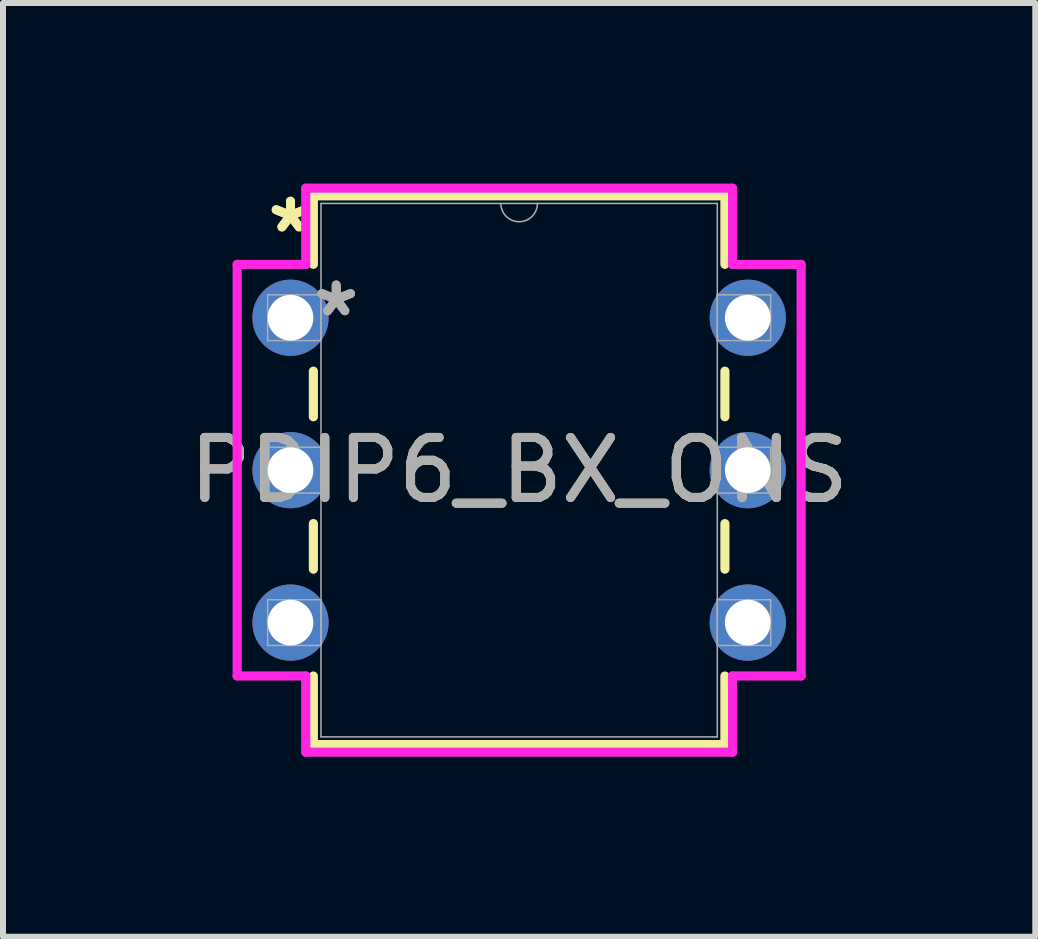
<source format=kicad_pcb>
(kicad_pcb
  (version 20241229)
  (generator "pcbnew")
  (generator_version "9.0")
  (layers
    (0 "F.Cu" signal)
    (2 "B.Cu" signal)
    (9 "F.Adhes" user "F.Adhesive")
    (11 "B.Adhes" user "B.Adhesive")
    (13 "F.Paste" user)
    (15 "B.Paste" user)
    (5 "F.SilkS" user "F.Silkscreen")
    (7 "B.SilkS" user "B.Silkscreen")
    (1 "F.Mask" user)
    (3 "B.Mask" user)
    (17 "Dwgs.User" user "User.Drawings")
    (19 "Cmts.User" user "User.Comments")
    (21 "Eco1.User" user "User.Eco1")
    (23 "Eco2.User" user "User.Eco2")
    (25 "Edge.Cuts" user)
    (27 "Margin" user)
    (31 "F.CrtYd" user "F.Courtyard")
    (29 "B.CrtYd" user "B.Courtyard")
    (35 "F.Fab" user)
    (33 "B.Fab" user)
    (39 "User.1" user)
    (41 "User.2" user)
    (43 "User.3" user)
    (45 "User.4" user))
  (footprint "PDIP6_BX_ONS"
    (layer "F.Cu")
    (at 1.791 2.245)
    (property "Reference" "PDIP6_BX_ONS" (at 3.81 2.54 0) (unlocked yes) (layer "F.SilkS") (effects (font (size 1 1) (thickness 0.15))))
    (attr through_hole)
    (fp_line (start 0.381 -2.032) (end 0.381 -0.89) (stroke (width 0.152) (type solid)) (layer "F.SilkS"))
    (fp_line (start 0.381 0.89) (end 0.381 1.65) (stroke (width 0.152) (type solid)) (layer "F.SilkS"))
    (fp_line (start 0.381 3.43) (end 0.381 4.19) (stroke (width 0.152) (type solid)) (layer "F.SilkS"))
    (fp_line (start 0.381 5.97) (end 0.381 7.112) (stroke (width 0.152) (type solid)) (layer "F.SilkS"))
    (fp_line (start 0.381 7.112) (end 7.239 7.112) (stroke (width 0.152) (type solid)) (layer "F.SilkS"))
    (fp_line (start 7.239 -2.032) (end 0.381 -2.032) (stroke (width 0.152) (type solid)) (layer "F.SilkS"))
    (fp_line (start 7.239 -0.89) (end 7.239 -2.032) (stroke (width 0.152) (type solid)) (layer "F.SilkS"))
    (fp_line (start 7.239 1.65) (end 7.239 0.89) (stroke (width 0.152) (type solid)) (layer "F.SilkS"))
    (fp_line (start 7.239 4.19) (end 7.239 3.43) (stroke (width 0.152) (type solid)) (layer "F.SilkS"))
    (fp_line (start 7.239 7.112) (end 7.239 5.97) (stroke (width 0.152) (type solid)) (layer "F.SilkS"))
    (fp_line (start -0.889 -0.889) (end 0.254 -0.889) (stroke (width 0.152) (type solid)) (layer "F.CrtYd"))
    (fp_line (start -0.889 5.969) (end -0.889 -0.889) (stroke (width 0.152) (type solid)) (layer "F.CrtYd"))
    (fp_line (start 0.254 -2.159) (end 7.366 -2.159) (stroke (width 0.152) (type solid)) (layer "F.CrtYd"))
    (fp_line (start 0.254 -0.889) (end 0.254 -2.159) (stroke (width 0.152) (type solid)) (layer "F.CrtYd"))
    (fp_line (start 0.254 5.969) (end -0.889 5.969) (stroke (width 0.152) (type solid)) (layer "F.CrtYd"))
    (fp_line (start 0.254 7.239) (end 0.254 5.969) (stroke (width 0.152) (type solid)) (layer "F.CrtYd"))
    (fp_line (start 7.366 -2.159) (end 7.366 -0.889) (stroke (width 0.152) (type solid)) (layer "F.CrtYd"))
    (fp_line (start 7.366 5.969) (end 7.366 7.239) (stroke (width 0.152) (type solid)) (layer "F.CrtYd"))
    (fp_line (start 7.366 7.239) (end 0.254 7.239) (stroke (width 0.152) (type solid)) (layer "F.CrtYd"))
    (fp_line (start 8.509 -0.889) (end 7.366 -0.889) (stroke (width 0.152) (type solid)) (layer "F.CrtYd"))
    (fp_line (start 8.509 -0.889) (end 8.509 5.969) (stroke (width 0.152) (type solid)) (layer "F.CrtYd"))
    (fp_line (start 8.509 5.969) (end 7.366 5.969) (stroke (width 0.152) (type solid)) (layer "F.CrtYd"))
    (fp_line (start -0.381 -0.381) (end -0.381 0.381) (stroke (width 0.025) (type solid)) (layer "F.Fab"))
    (fp_line (start -0.381 0.381) (end 0.508 0.381) (stroke (width 0.025) (type solid)) (layer "F.Fab"))
    (fp_line (start -0.381 2.159) (end -0.381 2.921) (stroke (width 0.025) (type solid)) (layer "F.Fab"))
    (fp_line (start -0.381 2.921) (end 0.508 2.921) (stroke (width 0.025) (type solid)) (layer "F.Fab"))
    (fp_line (start -0.381 4.699) (end -0.381 5.461) (stroke (width 0.025) (type solid)) (layer "F.Fab"))
    (fp_line (start -0.381 5.461) (end 0.508 5.461) (stroke (width 0.025) (type solid)) (layer "F.Fab"))
    (fp_line (start 0.508 -1.905) (end 0.508 6.985) (stroke (width 0.025) (type solid)) (layer "F.Fab"))
    (fp_line (start 0.508 -0.381) (end -0.381 -0.381) (stroke (width 0.025) (type solid)) (layer "F.Fab"))
    (fp_line (start 0.508 0.381) (end 0.508 -0.381) (stroke (width 0.025) (type solid)) (layer "F.Fab"))
    (fp_line (start 0.508 2.159) (end -0.381 2.159) (stroke (width 0.025) (type solid)) (layer "F.Fab"))
    (fp_line (start 0.508 2.921) (end 0.508 2.159) (stroke (width 0.025) (type solid)) (layer "F.Fab"))
    (fp_line (start 0.508 4.699) (end -0.381 4.699) (stroke (width 0.025) (type solid)) (layer "F.Fab"))
    (fp_line (start 0.508 5.461) (end 0.508 4.699) (stroke (width 0.025) (type solid)) (layer "F.Fab"))
    (fp_line (start 0.508 6.985) (end 7.112 6.985) (stroke (width 0.025) (type solid)) (layer "F.Fab"))
    (fp_line (start 7.112 -1.905) (end 0.508 -1.905) (stroke (width 0.025) (type solid)) (layer "F.Fab"))
    (fp_line (start 7.112 -0.381) (end 7.112 0.381) (stroke (width 0.025) (type solid)) (layer "F.Fab"))
    (fp_line (start 7.112 0.381) (end 8.001 0.381) (stroke (width 0.025) (type solid)) (layer "F.Fab"))
    (fp_line (start 7.112 2.159) (end 7.112 2.921) (stroke (width 0.025) (type solid)) (layer "F.Fab"))
    (fp_line (start 7.112 2.921) (end 8.001 2.921) (stroke (width 0.025) (type solid)) (layer "F.Fab"))
    (fp_line (start 7.112 4.699) (end 7.112 5.461) (stroke (width 0.025) (type solid)) (layer "F.Fab"))
    (fp_line (start 7.112 5.461) (end 8.001 5.461) (stroke (width 0.025) (type solid)) (layer "F.Fab"))
    (fp_line (start 7.112 6.985) (end 7.112 -1.905) (stroke (width 0.025) (type solid)) (layer "F.Fab"))
    (fp_line (start 8.001 -0.381) (end 7.112 -0.381) (stroke (width 0.025) (type solid)) (layer "F.Fab"))
    (fp_line (start 8.001 0.381) (end 8.001 -0.381) (stroke (width 0.025) (type solid)) (layer "F.Fab"))
    (fp_line (start 8.001 2.159) (end 7.112 2.159) (stroke (width 0.025) (type solid)) (layer "F.Fab"))
    (fp_line (start 8.001 2.921) (end 8.001 2.159) (stroke (width 0.025) (type solid)) (layer "F.Fab"))
    (fp_line (start 8.001 4.699) (end 7.112 4.699) (stroke (width 0.025) (type solid)) (layer "F.Fab"))
    (fp_line (start 8.001 5.461) (end 8.001 4.699) (stroke (width 0.025) (type solid)) (layer "F.Fab"))
    (fp_arc (start 4.1148 -1.905) (mid 3.81 -1.6002) (end 3.5052 -1.905) (stroke (width 0.0254) (type solid)) (layer "F.Fab"))
    (fp_text user "*" (at 0 -1.397 0) (layer "F.SilkS") (effects (font (size 1 1) (thickness 0.15))))
    (fp_text user "*" (at 0 -1.397 0) (unlocked yes) (layer "F.SilkS") (effects (font (size 1 1) (thickness 0.15))))
    (fp_text user "${REFERENCE}" (at 3.81 2.54 0) (unlocked yes) (layer "F.Fab") (effects (font (size 1 1) (thickness 0.15))))
    (fp_text user "*" (at 0.762 0 0) (unlocked yes) (layer "F.Fab") (effects (font (size 1 1) (thickness 0.15))))
    (fp_text user "*" (at 0.762 0 0) (layer "F.Fab") (effects (font (size 1 1) (thickness 0.15))))
    (pad "1" thru_hole circle (at 0 0) (size 1.27 1.27) (drill 0.762) (layers "*.Cu" "*.Mask"))
    (pad "2" thru_hole circle (at 0 2.54) (size 1.27 1.27) (drill 0.762) (layers "*.Cu" "*.Mask"))
    (pad "3" thru_hole circle (at 0 5.08) (size 1.27 1.27) (drill 0.762) (layers "*.Cu" "*.Mask"))
    (pad "4" thru_hole circle (at 7.62 5.08) (size 1.27 1.27) (drill 0.762) (layers "*.Cu" "*.Mask"))
    (pad "5" thru_hole circle (at 7.62 2.54) (size 1.27 1.27) (drill 0.762) (layers "*.Cu" "*.Mask"))
    (pad "6" thru_hole circle (at 7.62 0) (size 1.27 1.27) (drill 0.762) (layers "*.Cu" "*.Mask")))
  (gr_rect
    (start -3 -3)
    (end 14.202 12.56)
    (stroke (width 0.1) (type default))
    (fill no)
    (layer "Edge.Cuts")))
</source>
